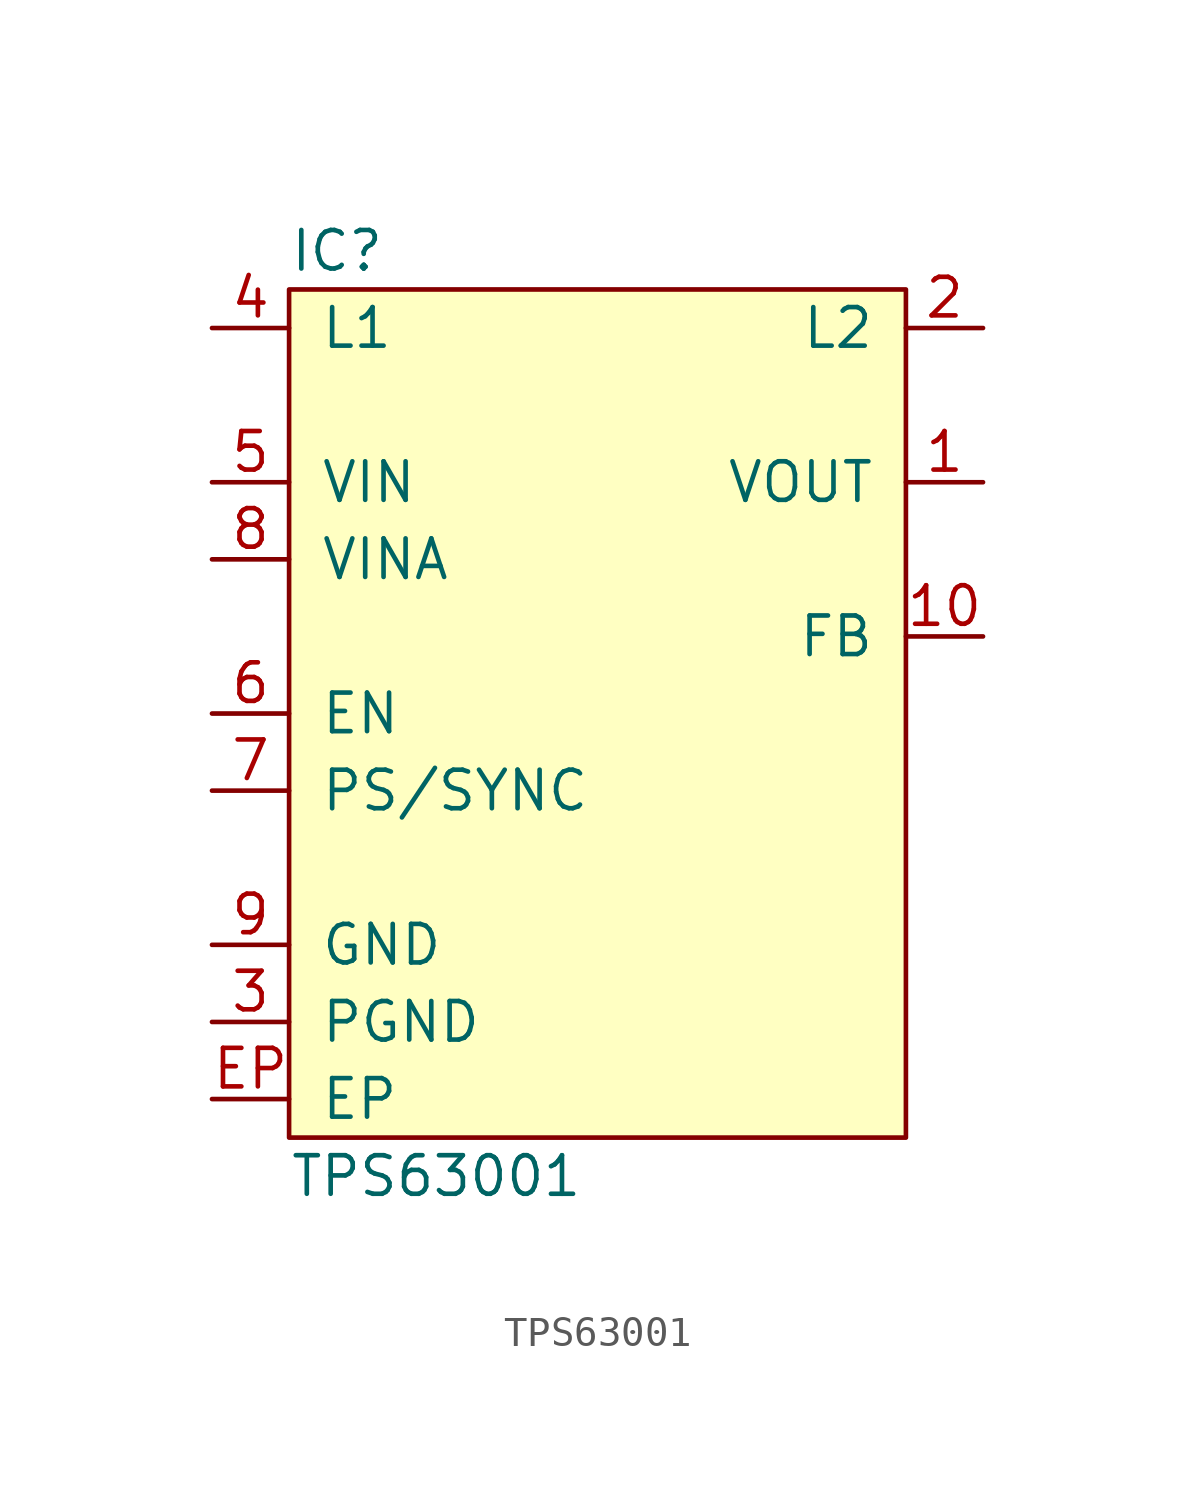
<source format=kicad_sym>
(kicad_symbol_lib
  (version 20211014)
  (generator agg_kicad.build_lib_ic)
  (symbol "TPS63001"
    (pin_names
      (offset 1.016))
    (property Reference IC
      (at -10.16 15.24 0)
      (effects (font (size 1.27 1.27)) (justify left)))
    (property Value "TPS63001"
      (at -10.16 -15.24 0)
      (effects (font (size 1.27 1.27)) (justify left)))
    (symbol "TPS63001_0_0"
      (rectangle (start -10.16 13.97) (end 10.16 -13.97) (stroke (width 0) (type default) (color 0 0 0 0)) (fill (type background)))
      (pin passive line (at -12.7 12.7 0) (length 2.54) (name "L1" (effects (font (size 1.27 1.27)))) (number "4" (effects (font (size 1.27 1.27)))))
      (pin power_in line (at -12.7 7.62 0) (length 2.54) (name VIN (effects (font (size 1.27 1.27)))) (number "5" (effects (font (size 1.27 1.27)))))
      (pin power_in line (at -12.7 5.08 0) (length 2.54) (name VINA (effects (font (size 1.27 1.27)))) (number "8" (effects (font (size 1.27 1.27)))))
      (pin input line (at -12.7 0 0) (length 2.54) (name EN (effects (font (size 1.27 1.27)))) (number "6" (effects (font (size 1.27 1.27)))))
      (pin input line (at -12.7 -2.54 0) (length 2.54) (name "PS/SYNC" (effects (font (size 1.27 1.27)))) (number "7" (effects (font (size 1.27 1.27)))))
      (pin power_in line (at -12.7 -7.62 0) (length 2.54) (name GND (effects (font (size 1.27 1.27)))) (number "9" (effects (font (size 1.27 1.27)))))
      (pin power_in line (at -12.7 -10.16 0) (length 2.54) (name PGND (effects (font (size 1.27 1.27)))) (number "3" (effects (font (size 1.27 1.27)))))
      (pin power_in line (at -12.7 -12.7 0) (length 2.54) (name EP (effects (font (size 1.27 1.27)))) (number EP (effects (font (size 1.27 1.27)))))
      (pin passive line (at 12.7 12.7 180) (length 2.54) (name "L2" (effects (font (size 1.27 1.27)))) (number "2" (effects (font (size 1.27 1.27)))))
      (pin power_in line (at 12.7 7.62 180) (length 2.54) (name VOUT (effects (font (size 1.27 1.27)))) (number "1" (effects (font (size 1.27 1.27)))))
      (pin power_in line (at 12.7 2.54 180) (length 2.54) (name FB (effects (font (size 1.27 1.27)))) (number "10" (effects (font (size 1.27 1.27))))))))
</source>
